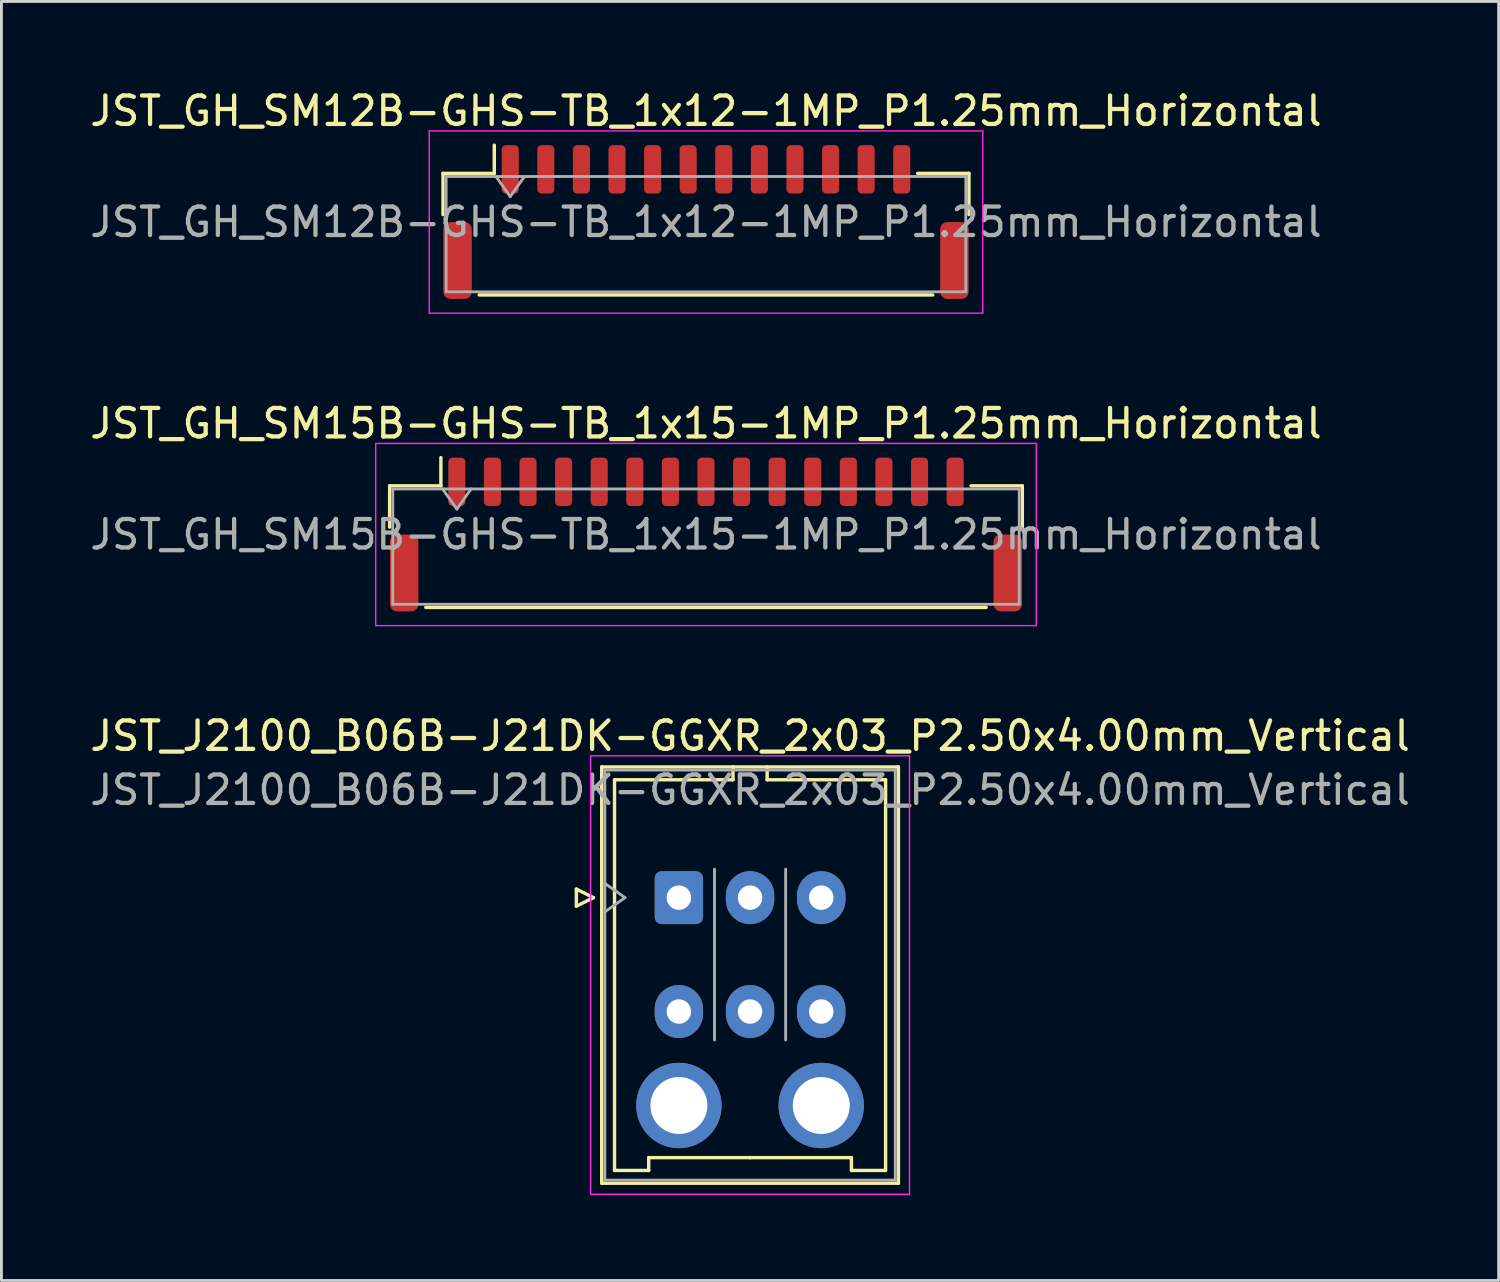
<source format=kicad_pcb>
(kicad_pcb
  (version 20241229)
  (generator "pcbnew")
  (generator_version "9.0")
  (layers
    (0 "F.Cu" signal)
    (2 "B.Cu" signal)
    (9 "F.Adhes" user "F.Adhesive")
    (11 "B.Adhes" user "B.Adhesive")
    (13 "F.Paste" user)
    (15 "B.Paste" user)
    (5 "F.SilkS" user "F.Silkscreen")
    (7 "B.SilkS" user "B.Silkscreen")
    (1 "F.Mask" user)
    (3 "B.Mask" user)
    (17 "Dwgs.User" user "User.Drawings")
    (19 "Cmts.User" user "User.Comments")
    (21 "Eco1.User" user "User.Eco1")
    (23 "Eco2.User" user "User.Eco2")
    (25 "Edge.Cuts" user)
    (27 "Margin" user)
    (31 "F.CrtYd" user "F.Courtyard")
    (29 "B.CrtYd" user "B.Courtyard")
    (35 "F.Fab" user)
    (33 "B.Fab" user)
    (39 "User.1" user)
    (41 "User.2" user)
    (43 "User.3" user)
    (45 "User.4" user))
  (footprint "JST_GH_SM15B-GHS-TB_1x15-1MP_P1.25mm_Horizontal"
    (layer "F.Cu")
    (at 21.744 15.722)
    (property "Reference" "JST_GH_SM15B-GHS-TB_1x15-1MP_P1.25mm_Horizontal" (at 0 -3.9 0) (layer "F.SilkS") (effects (font (size 1 1) (thickness 0.15))))
    (attr smd)
    (fp_line (start -11.11 -1.71) (end -9.31 -1.71) (stroke (width 0.12) (type solid)) (layer "F.SilkS"))
    (fp_line (start -11.11 -0.26) (end -11.11 -1.71) (stroke (width 0.12) (type solid)) (layer "F.SilkS"))
    (fp_line (start -9.84 2.56) (end 9.84 2.56) (stroke (width 0.12) (type solid)) (layer "F.SilkS"))
    (fp_line (start -9.31 -1.71) (end -9.31 -2.7) (stroke (width 0.12) (type solid)) (layer "F.SilkS"))
    (fp_line (start 11.11 -1.71) (end 9.31 -1.71) (stroke (width 0.12) (type solid)) (layer "F.SilkS"))
    (fp_line (start 11.11 -0.26) (end 11.11 -1.71) (stroke (width 0.12) (type solid)) (layer "F.SilkS"))
    (fp_line (start -11.6 -3.2) (end -11.6 3.2) (stroke (width 0.05) (type solid)) (layer "F.CrtYd"))
    (fp_line (start -11.6 3.2) (end 11.6 3.2) (stroke (width 0.05) (type solid)) (layer "F.CrtYd"))
    (fp_line (start 11.6 -3.2) (end -11.6 -3.2) (stroke (width 0.05) (type solid)) (layer "F.CrtYd"))
    (fp_line (start 11.6 3.2) (end 11.6 -3.2) (stroke (width 0.05) (type solid)) (layer "F.CrtYd"))
    (fp_line (start -11 -1.6) (end -11 2.45) (stroke (width 0.1) (type solid)) (layer "F.Fab"))
    (fp_line (start -11 -1.6) (end 11 -1.6) (stroke (width 0.1) (type solid)) (layer "F.Fab"))
    (fp_line (start -11 2.45) (end 11 2.45) (stroke (width 0.1) (type solid)) (layer "F.Fab"))
    (fp_line (start -9.25 -1.6) (end -8.75 -0.893) (stroke (width 0.1) (type solid)) (layer "F.Fab"))
    (fp_line (start -8.75 -0.893) (end -8.25 -1.6) (stroke (width 0.1) (type solid)) (layer "F.Fab"))
    (fp_line (start 11 -1.6) (end 11 2.45) (stroke (width 0.1) (type solid)) (layer "F.Fab"))
    (fp_text user "${REFERENCE}" (at 0 0 0) (layer "F.Fab") (effects (font (size 1 1) (thickness 0.15))))
    (pad "1" smd roundrect (at -8.75 -1.85) (size 0.6 1.7) (layers "F.Cu" "F.Mask" "F.Paste") (roundrect_rratio 0.25))
    (pad "2" smd roundrect (at -7.5 -1.85) (size 0.6 1.7) (layers "F.Cu" "F.Mask" "F.Paste") (roundrect_rratio 0.25))
    (pad "3" smd roundrect (at -6.25 -1.85) (size 0.6 1.7) (layers "F.Cu" "F.Mask" "F.Paste") (roundrect_rratio 0.25))
    (pad "4" smd roundrect (at -5 -1.85) (size 0.6 1.7) (layers "F.Cu" "F.Mask" "F.Paste") (roundrect_rratio 0.25))
    (pad "5" smd roundrect (at -3.75 -1.85) (size 0.6 1.7) (layers "F.Cu" "F.Mask" "F.Paste") (roundrect_rratio 0.25))
    (pad "6" smd roundrect (at -2.5 -1.85) (size 0.6 1.7) (layers "F.Cu" "F.Mask" "F.Paste") (roundrect_rratio 0.25))
    (pad "7" smd roundrect (at -1.25 -1.85) (size 0.6 1.7) (layers "F.Cu" "F.Mask" "F.Paste") (roundrect_rratio 0.25))
    (pad "8" smd roundrect (at 0 -1.85) (size 0.6 1.7) (layers "F.Cu" "F.Mask" "F.Paste") (roundrect_rratio 0.25))
    (pad "9" smd roundrect (at 1.25 -1.85) (size 0.6 1.7) (layers "F.Cu" "F.Mask" "F.Paste") (roundrect_rratio 0.25))
    (pad "10" smd roundrect (at 2.5 -1.85) (size 0.6 1.7) (layers "F.Cu" "F.Mask" "F.Paste") (roundrect_rratio 0.25))
    (pad "11" smd roundrect (at 3.75 -1.85) (size 0.6 1.7) (layers "F.Cu" "F.Mask" "F.Paste") (roundrect_rratio 0.25))
    (pad "12" smd roundrect (at 5 -1.85) (size 0.6 1.7) (layers "F.Cu" "F.Mask" "F.Paste") (roundrect_rratio 0.25))
    (pad "13" smd roundrect (at 6.25 -1.85) (size 0.6 1.7) (layers "F.Cu" "F.Mask" "F.Paste") (roundrect_rratio 0.25))
    (pad "14" smd roundrect (at 7.5 -1.85) (size 0.6 1.7) (layers "F.Cu" "F.Mask" "F.Paste") (roundrect_rratio 0.25))
    (pad "15" smd roundrect (at 8.75 -1.85) (size 0.6 1.7) (layers "F.Cu" "F.Mask" "F.Paste") (roundrect_rratio 0.25))
    (pad "MP" smd roundrect (at -10.6 1.35) (size 1 2.7) (layers "F.Cu" "F.Mask" "F.Paste") (roundrect_rratio 0.25))
    (pad "MP" smd roundrect (at 10.6 1.35) (size 1 2.7) (layers "F.Cu" "F.Mask" "F.Paste") (roundrect_rratio 0.25)))
  (footprint "JST_J2100_B06B-J21DK-GGXR_2x03_P2.50x4.00mm_Vertical"
    (layer "F.Cu")
    (at 20.792 28.475)
    (property "Reference" "JST_J2100_B06B-J21DK-GGXR_2x03_P2.50x4.00mm_Vertical" (at 2.5 -5.68 0) (layer "F.SilkS") (effects (font (size 1 1) (thickness 0.15))))
    (attr through_hole)
    (fp_line (start -3.6 -0.3) (end -3 0) (stroke (width 0.12) (type solid)) (layer "F.SilkS"))
    (fp_line (start -3.6 0.3) (end -3.6 -0.3) (stroke (width 0.12) (type solid)) (layer "F.SilkS"))
    (fp_line (start -3 0) (end -3.6 0.3) (stroke (width 0.12) (type solid)) (layer "F.SilkS"))
    (fp_line (start -2.71 -4.59) (end -2.71 10.03) (stroke (width 0.12) (type solid)) (layer "F.SilkS"))
    (fp_line (start -2.71 10.03) (end 7.71 10.03) (stroke (width 0.12) (type solid)) (layer "F.SilkS"))
    (fp_line (start -2.26 -4.14) (end -2.26 9.58) (stroke (width 0.12) (type solid)) (layer "F.SilkS"))
    (fp_line (start -2.26 9.58) (end -1.06 9.58) (stroke (width 0.12) (type solid)) (layer "F.SilkS"))
    (fp_line (start -1.06 9.13) (end 2.5 9.13) (stroke (width 0.12) (type solid)) (layer "F.SilkS"))
    (fp_line (start -1.06 9.58) (end -1.06 9.13) (stroke (width 0.12) (type solid)) (layer "F.SilkS"))
    (fp_line (start 1.9 -4.59) (end 1.9 -4.14) (stroke (width 0.12) (type solid)) (layer "F.SilkS"))
    (fp_line (start 1.9 -4.14) (end -2.26 -4.14) (stroke (width 0.12) (type solid)) (layer "F.SilkS"))
    (fp_line (start 3.1 -4.59) (end 3.1 -4.14) (stroke (width 0.12) (type solid)) (layer "F.SilkS"))
    (fp_line (start 3.1 -4.14) (end 7.26 -4.14) (stroke (width 0.12) (type solid)) (layer "F.SilkS"))
    (fp_line (start 6.06 9.13) (end 2.5 9.13) (stroke (width 0.12) (type solid)) (layer "F.SilkS"))
    (fp_line (start 6.06 9.58) (end 6.06 9.13) (stroke (width 0.12) (type solid)) (layer "F.SilkS"))
    (fp_line (start 7.26 -4.14) (end 7.26 9.58) (stroke (width 0.12) (type solid)) (layer "F.SilkS"))
    (fp_line (start 7.26 9.58) (end 6.06 9.58) (stroke (width 0.12) (type solid)) (layer "F.SilkS"))
    (fp_line (start 7.71 -4.59) (end -2.71 -4.59) (stroke (width 0.12) (type solid)) (layer "F.SilkS"))
    (fp_line (start 7.71 10.03) (end 7.71 -4.59) (stroke (width 0.12) (type solid)) (layer "F.SilkS"))
    (fp_line (start -3.1 -4.98) (end -3.1 10.42) (stroke (width 0.05) (type solid)) (layer "F.CrtYd"))
    (fp_line (start -3.1 10.42) (end 8.1 10.42) (stroke (width 0.05) (type solid)) (layer "F.CrtYd"))
    (fp_line (start 8.1 -4.98) (end -3.1 -4.98) (stroke (width 0.05) (type solid)) (layer "F.CrtYd"))
    (fp_line (start 8.1 10.42) (end 8.1 -4.98) (stroke (width 0.05) (type solid)) (layer "F.CrtYd"))
    (fp_line (start -2.6 -4.48) (end -2.6 9.92) (stroke (width 0.1) (type solid)) (layer "F.Fab"))
    (fp_line (start -2.6 0.5) (end -1.893 0) (stroke (width 0.1) (type solid)) (layer "F.Fab"))
    (fp_line (start -2.6 9.92) (end 7.6 9.92) (stroke (width 0.1) (type solid)) (layer "F.Fab"))
    (fp_line (start -1.893 0) (end -2.6 -0.5) (stroke (width 0.1) (type solid)) (layer "F.Fab"))
    (fp_line (start 1.25 5) (end 1.25 -1) (stroke (width 0.1) (type solid)) (layer "F.Fab"))
    (fp_line (start 3.75 5) (end 3.75 -1) (stroke (width 0.1) (type solid)) (layer "F.Fab"))
    (fp_line (start 7.6 -4.48) (end -2.6 -4.48) (stroke (width 0.1) (type solid)) (layer "F.Fab"))
    (fp_line (start 7.6 9.92) (end 7.6 -4.48) (stroke (width 0.1) (type solid)) (layer "F.Fab"))
    (fp_text user "${REFERENCE}" (at 2.5 -3.78 0) (layer "F.Fab") (effects (font (size 1 1) (thickness 0.15))))
    (pad "" thru_hole circle (at 0 7.3) (size 3 3) (drill 2) (layers "*.Cu" "*.Mask"))
    (pad "" thru_hole circle (at 5 7.3) (size 3 3) (drill 2) (layers "*.Cu" "*.Mask"))
    (pad "1" thru_hole roundrect (at 0 0) (size 1.7 1.86) (drill 0.86) (layers "*.Cu" "*.Mask") (roundrect_rratio 0.147))
    (pad "2" thru_hole oval (at 2.5 0) (size 1.7 1.86) (drill 0.86) (layers "*.Cu" "*.Mask"))
    (pad "3" thru_hole oval (at 5 0) (size 1.7 1.86) (drill 0.86) (layers "*.Cu" "*.Mask"))
    (pad "4" thru_hole oval (at 0 4) (size 1.7 1.86) (drill 0.86) (layers "*.Cu" "*.Mask"))
    (pad "5" thru_hole oval (at 2.5 4) (size 1.7 1.86) (drill 0.86) (layers "*.Cu" "*.Mask"))
    (pad "6" thru_hole oval (at 5 4) (size 1.7 1.86) (drill 0.86) (layers "*.Cu" "*.Mask")))
  (footprint "JST_GH_SM12B-GHS-TB_1x12-1MP_P1.25mm_Horizontal"
    (layer "F.Cu")
    (at 21.744 4.748)
    (property "Reference" "JST_GH_SM12B-GHS-TB_1x12-1MP_P1.25mm_Horizontal" (at 0 -3.9 0) (layer "F.SilkS") (effects (font (size 1 1) (thickness 0.15))))
    (attr smd)
    (fp_line (start -9.235 -1.71) (end -7.435 -1.71) (stroke (width 0.12) (type solid)) (layer "F.SilkS"))
    (fp_line (start -9.235 -0.26) (end -9.235 -1.71) (stroke (width 0.12) (type solid)) (layer "F.SilkS"))
    (fp_line (start -7.965 2.56) (end 7.965 2.56) (stroke (width 0.12) (type solid)) (layer "F.SilkS"))
    (fp_line (start -7.435 -1.71) (end -7.435 -2.7) (stroke (width 0.12) (type solid)) (layer "F.SilkS"))
    (fp_line (start 9.235 -1.71) (end 7.435 -1.71) (stroke (width 0.12) (type solid)) (layer "F.SilkS"))
    (fp_line (start 9.235 -0.26) (end 9.235 -1.71) (stroke (width 0.12) (type solid)) (layer "F.SilkS"))
    (fp_line (start -9.72 -3.2) (end -9.72 3.2) (stroke (width 0.05) (type solid)) (layer "F.CrtYd"))
    (fp_line (start -9.72 3.2) (end 9.72 3.2) (stroke (width 0.05) (type solid)) (layer "F.CrtYd"))
    (fp_line (start 9.72 -3.2) (end -9.72 -3.2) (stroke (width 0.05) (type solid)) (layer "F.CrtYd"))
    (fp_line (start 9.72 3.2) (end 9.72 -3.2) (stroke (width 0.05) (type solid)) (layer "F.CrtYd"))
    (fp_line (start -9.125 -1.6) (end -9.125 2.45) (stroke (width 0.1) (type solid)) (layer "F.Fab"))
    (fp_line (start -9.125 -1.6) (end 9.125 -1.6) (stroke (width 0.1) (type solid)) (layer "F.Fab"))
    (fp_line (start -9.125 2.45) (end 9.125 2.45) (stroke (width 0.1) (type solid)) (layer "F.Fab"))
    (fp_line (start -7.375 -1.6) (end -6.875 -0.893) (stroke (width 0.1) (type solid)) (layer "F.Fab"))
    (fp_line (start -6.875 -0.893) (end -6.375 -1.6) (stroke (width 0.1) (type solid)) (layer "F.Fab"))
    (fp_line (start 9.125 -1.6) (end 9.125 2.45) (stroke (width 0.1) (type solid)) (layer "F.Fab"))
    (fp_text user "${REFERENCE}" (at 0 0 0) (layer "F.Fab") (effects (font (size 1 1) (thickness 0.15))))
    (pad "1" smd roundrect (at -6.875 -1.85) (size 0.6 1.7) (layers "F.Cu" "F.Mask" "F.Paste") (roundrect_rratio 0.25))
    (pad "2" smd roundrect (at -5.625 -1.85) (size 0.6 1.7) (layers "F.Cu" "F.Mask" "F.Paste") (roundrect_rratio 0.25))
    (pad "3" smd roundrect (at -4.375 -1.85) (size 0.6 1.7) (layers "F.Cu" "F.Mask" "F.Paste") (roundrect_rratio 0.25))
    (pad "4" smd roundrect (at -3.125 -1.85) (size 0.6 1.7) (layers "F.Cu" "F.Mask" "F.Paste") (roundrect_rratio 0.25))
    (pad "5" smd roundrect (at -1.875 -1.85) (size 0.6 1.7) (layers "F.Cu" "F.Mask" "F.Paste") (roundrect_rratio 0.25))
    (pad "6" smd roundrect (at -0.625 -1.85) (size 0.6 1.7) (layers "F.Cu" "F.Mask" "F.Paste") (roundrect_rratio 0.25))
    (pad "7" smd roundrect (at 0.625 -1.85) (size 0.6 1.7) (layers "F.Cu" "F.Mask" "F.Paste") (roundrect_rratio 0.25))
    (pad "8" smd roundrect (at 1.875 -1.85) (size 0.6 1.7) (layers "F.Cu" "F.Mask" "F.Paste") (roundrect_rratio 0.25))
    (pad "9" smd roundrect (at 3.125 -1.85) (size 0.6 1.7) (layers "F.Cu" "F.Mask" "F.Paste") (roundrect_rratio 0.25))
    (pad "10" smd roundrect (at 4.375 -1.85) (size 0.6 1.7) (layers "F.Cu" "F.Mask" "F.Paste") (roundrect_rratio 0.25))
    (pad "11" smd roundrect (at 5.625 -1.85) (size 0.6 1.7) (layers "F.Cu" "F.Mask" "F.Paste") (roundrect_rratio 0.25))
    (pad "12" smd roundrect (at 6.875 -1.85) (size 0.6 1.7) (layers "F.Cu" "F.Mask" "F.Paste") (roundrect_rratio 0.25))
    (pad "MP" smd roundrect (at -8.725 1.35) (size 1 2.7) (layers "F.Cu" "F.Mask" "F.Paste") (roundrect_rratio 0.25))
    (pad "MP" smd roundrect (at 8.725 1.35) (size 1 2.7) (layers "F.Cu" "F.Mask" "F.Paste") (roundrect_rratio 0.25)))
  (gr_rect
    (start -3 -3)
    (end 49.583 41.92)
    (stroke (width 0.1) (type default))
    (fill no)
    (layer "Edge.Cuts")))
</source>
